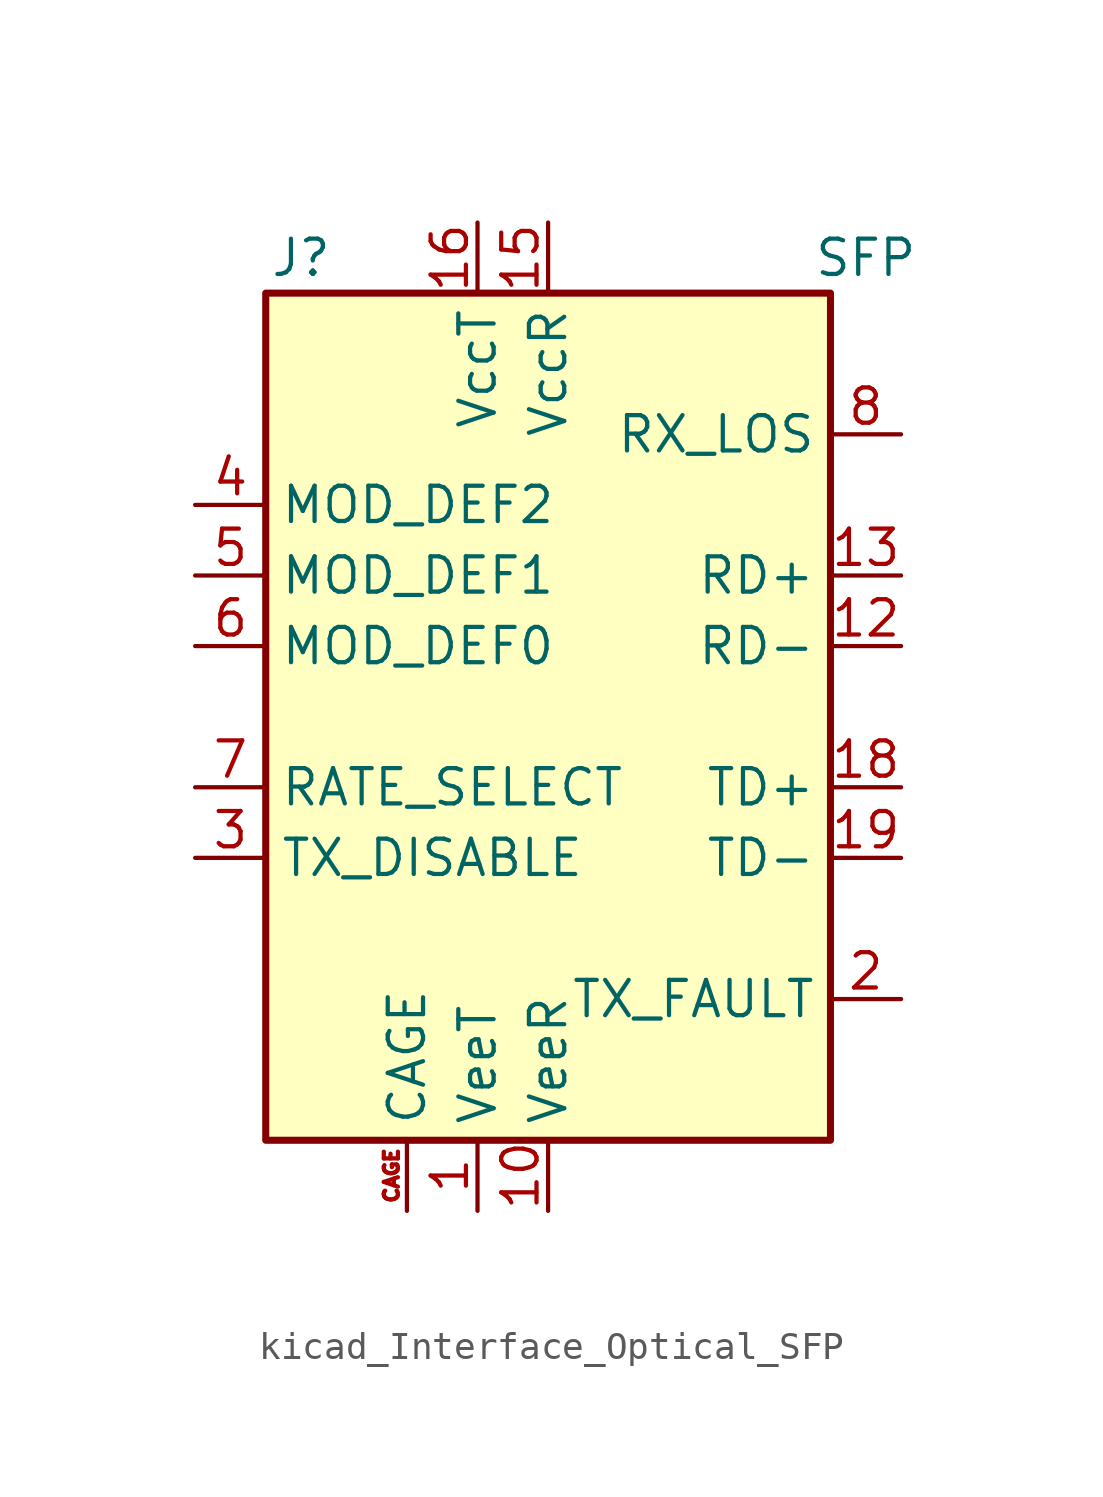
<source format=kicad_sym>
(kicad_symbol_lib
  (version 20220914)
  (generator kicad_symbol_editor)
  (symbol "kicad_Interface_Optical_SFP"
    (property "Reference" "J"
      (at -8.89 16.51 0)
      (effects (font (size 1.27 1.27))))
    (property "Value" "SFP"
      (at 11.43 16.51 0)
      (effects (font (size 1.27 1.27))))
    (symbol "kicad_Interface_Optical_SFP_0_0"
      (rectangle (start -10.16 15.24) (end 10.16 -15.24) (stroke (width 0.254) (type default)) (fill (type background))))
    (symbol "kicad_Interface_Optical_SFP_1_1"
      (pin power_in line (at -2.54 -17.78 90) (length 2.54) (name "VeeT" (effects (font (size 1.27 1.27)))) (number "1" (effects (font (size 1.27 1.27)))))
      (pin power_in line (at 0 -17.78 90) (length 2.54) (name "VeeR" (effects (font (size 1.27 1.27)))) (number "10" (effects (font (size 1.27 1.27)))))
      (pin passive line (at 0 -17.78 90) (length 2.54) hide (name "VeeR" (effects (font (size 1.27 1.27)))) (number "11" (effects (font (size 1.27 1.27)))))
      (pin output line (at 12.7 2.54 180) (length 2.54) (name "RD-" (effects (font (size 1.27 1.27)))) (number "12" (effects (font (size 1.27 1.27)))))
      (pin output line (at 12.7 5.08 180) (length 2.54) (name "RD+" (effects (font (size 1.27 1.27)))) (number "13" (effects (font (size 1.27 1.27)))))
      (pin passive line (at 0 -17.78 90) (length 2.54) hide (name "VeeR" (effects (font (size 1.27 1.27)))) (number "14" (effects (font (size 1.27 1.27)))))
      (pin power_in line (at 0 17.78 270) (length 2.54) (name "VccR" (effects (font (size 1.27 1.27)))) (number "15" (effects (font (size 1.27 1.27)))))
      (pin power_in line (at -2.54 17.78 270) (length 2.54) (name "VccT" (effects (font (size 1.27 1.27)))) (number "16" (effects (font (size 1.27 1.27)))))
      (pin passive line (at -2.54 -17.78 90) (length 2.54) hide (name "VeeT" (effects (font (size 1.27 1.27)))) (number "17" (effects (font (size 1.27 1.27)))))
      (pin input line (at 12.7 -2.54 180) (length 2.54) (name "TD+" (effects (font (size 1.27 1.27)))) (number "18" (effects (font (size 1.27 1.27)))))
      (pin input line (at 12.7 -5.08 180) (length 2.54) (name "TD-" (effects (font (size 1.27 1.27)))) (number "19" (effects (font (size 1.27 1.27)))))
      (pin open_collector line (at 12.7 -10.16 180) (length 2.54) (name "TX_FAULT" (effects (font (size 1.27 1.27)))) (number "2" (effects (font (size 1.27 1.27)))))
      (pin passive line (at -2.54 -17.78 90) (length 2.54) hide (name "VeeT" (effects (font (size 1.27 1.27)))) (number "20" (effects (font (size 1.27 1.27)))))
      (pin input line (at -12.7 -5.08 0) (length 2.54) (name "TX_DISABLE" (effects (font (size 1.27 1.27)))) (number "3" (effects (font (size 1.27 1.27)))))
      (pin bidirectional line (at -12.7 7.62 0) (length 2.54) (name "MOD_DEF2" (effects (font (size 1.27 1.27)))) (number "4" (effects (font (size 1.27 1.27)))))
      (pin input line (at -12.7 5.08 0) (length 2.54) (name "MOD_DEF1" (effects (font (size 1.27 1.27)))) (number "5" (effects (font (size 1.27 1.27)))))
      (pin passive line (at -12.7 2.54 0) (length 2.54) (name "MOD_DEF0" (effects (font (size 1.27 1.27)))) (number "6" (effects (font (size 1.27 1.27)))))
      (pin input line (at -12.7 -2.54 0) (length 2.54) (name "RATE_SELECT" (effects (font (size 1.27 1.27)))) (number "7" (effects (font (size 1.27 1.27)))))
      (pin open_collector line (at 12.7 10.16 180) (length 2.54) (name "RX_LOS" (effects (font (size 1.27 1.27)))) (number "8" (effects (font (size 1.27 1.27)))))
      (pin passive line (at 0 -17.78 90) (length 2.54) hide (name "VeeR" (effects (font (size 1.27 1.27)))) (number "9" (effects (font (size 1.27 1.27)))))
      (pin passive line (at -5.08 -17.78 90) (length 2.54) (name "CAGE" (effects (font (size 1.27 1.27)))) (number "CAGE" (effects (font (size 0.508 0.508))))))))
</source>
